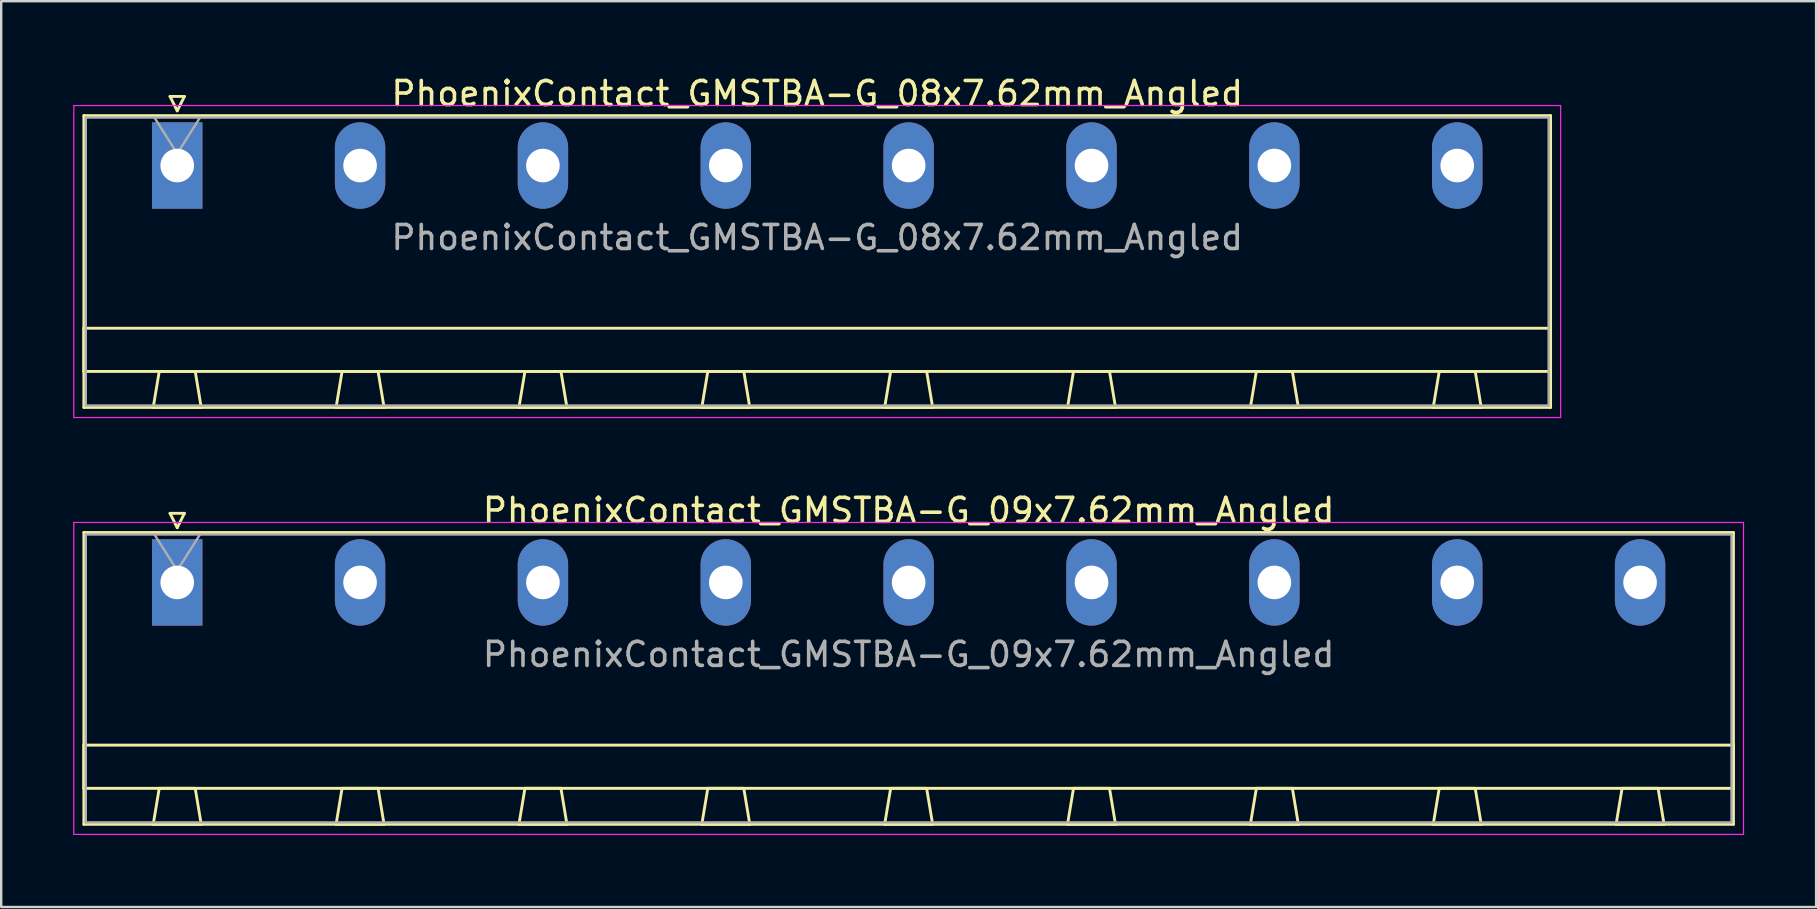
<source format=kicad_pcb>
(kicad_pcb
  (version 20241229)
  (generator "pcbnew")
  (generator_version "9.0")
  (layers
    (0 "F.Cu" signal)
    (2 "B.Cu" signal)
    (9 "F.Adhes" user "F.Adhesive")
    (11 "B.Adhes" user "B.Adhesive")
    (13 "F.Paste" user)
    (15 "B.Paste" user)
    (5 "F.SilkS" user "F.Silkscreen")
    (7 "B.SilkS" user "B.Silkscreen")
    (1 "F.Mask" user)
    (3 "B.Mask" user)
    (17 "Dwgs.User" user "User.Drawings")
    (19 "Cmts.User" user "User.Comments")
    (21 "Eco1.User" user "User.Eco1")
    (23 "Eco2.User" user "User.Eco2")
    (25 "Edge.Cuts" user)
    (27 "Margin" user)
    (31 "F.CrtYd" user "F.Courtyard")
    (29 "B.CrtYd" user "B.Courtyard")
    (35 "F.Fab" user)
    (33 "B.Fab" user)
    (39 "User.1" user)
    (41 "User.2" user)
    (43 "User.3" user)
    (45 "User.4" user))
  (footprint "PhoenixContact_GMSTBA-G_08x7.62mm_Angled"
    (layer "F.Cu")
    (at 4.335 3.848)
    (property "Reference" "PhoenixContact_GMSTBA-G_08x7.62mm_Angled" (at 26.67 -3 0) (layer "F.SilkS") (effects (font (size 1 1) (thickness 0.15))))
    (attr through_hole)
    (fp_line (start -3.89 -2.08) (end -3.89 10.08) (stroke (width 0.12) (type solid)) (layer "F.SilkS"))
    (fp_line (start -3.89 6.78) (end 57.23 6.78) (stroke (width 0.12) (type solid)) (layer "F.SilkS"))
    (fp_line (start -3.89 8.58) (end -3.89 6.78) (stroke (width 0.12) (type solid)) (layer "F.SilkS"))
    (fp_line (start -3.89 10.08) (end 57.23 10.08) (stroke (width 0.12) (type solid)) (layer "F.SilkS"))
    (fp_line (start -1 10.08) (end 1 10.08) (stroke (width 0.12) (type solid)) (layer "F.SilkS"))
    (fp_line (start -0.75 8.58) (end -1 10.08) (stroke (width 0.12) (type solid)) (layer "F.SilkS"))
    (fp_line (start -0.3 -2.88) (end 0.3 -2.88) (stroke (width 0.12) (type solid)) (layer "F.SilkS"))
    (fp_line (start 0 -2.28) (end -0.3 -2.88) (stroke (width 0.12) (type solid)) (layer "F.SilkS"))
    (fp_line (start 0.3 -2.88) (end 0 -2.28) (stroke (width 0.12) (type solid)) (layer "F.SilkS"))
    (fp_line (start 0.75 8.58) (end -0.75 8.58) (stroke (width 0.12) (type solid)) (layer "F.SilkS"))
    (fp_line (start 1 10.08) (end 0.75 8.58) (stroke (width 0.12) (type solid)) (layer "F.SilkS"))
    (fp_line (start 6.62 10.08) (end 8.62 10.08) (stroke (width 0.12) (type solid)) (layer "F.SilkS"))
    (fp_line (start 6.87 8.58) (end 6.62 10.08) (stroke (width 0.12) (type solid)) (layer "F.SilkS"))
    (fp_line (start 8.37 8.58) (end 6.87 8.58) (stroke (width 0.12) (type solid)) (layer "F.SilkS"))
    (fp_line (start 8.62 10.08) (end 8.37 8.58) (stroke (width 0.12) (type solid)) (layer "F.SilkS"))
    (fp_line (start 14.24 10.08) (end 16.24 10.08) (stroke (width 0.12) (type solid)) (layer "F.SilkS"))
    (fp_line (start 14.49 8.58) (end 14.24 10.08) (stroke (width 0.12) (type solid)) (layer "F.SilkS"))
    (fp_line (start 15.99 8.58) (end 14.49 8.58) (stroke (width 0.12) (type solid)) (layer "F.SilkS"))
    (fp_line (start 16.24 10.08) (end 15.99 8.58) (stroke (width 0.12) (type solid)) (layer "F.SilkS"))
    (fp_line (start 21.86 10.08) (end 23.86 10.08) (stroke (width 0.12) (type solid)) (layer "F.SilkS"))
    (fp_line (start 22.11 8.58) (end 21.86 10.08) (stroke (width 0.12) (type solid)) (layer "F.SilkS"))
    (fp_line (start 23.61 8.58) (end 22.11 8.58) (stroke (width 0.12) (type solid)) (layer "F.SilkS"))
    (fp_line (start 23.86 10.08) (end 23.61 8.58) (stroke (width 0.12) (type solid)) (layer "F.SilkS"))
    (fp_line (start 29.48 10.08) (end 31.48 10.08) (stroke (width 0.12) (type solid)) (layer "F.SilkS"))
    (fp_line (start 29.73 8.58) (end 29.48 10.08) (stroke (width 0.12) (type solid)) (layer "F.SilkS"))
    (fp_line (start 31.23 8.58) (end 29.73 8.58) (stroke (width 0.12) (type solid)) (layer "F.SilkS"))
    (fp_line (start 31.48 10.08) (end 31.23 8.58) (stroke (width 0.12) (type solid)) (layer "F.SilkS"))
    (fp_line (start 37.1 10.08) (end 39.1 10.08) (stroke (width 0.12) (type solid)) (layer "F.SilkS"))
    (fp_line (start 37.35 8.58) (end 37.1 10.08) (stroke (width 0.12) (type solid)) (layer "F.SilkS"))
    (fp_line (start 38.85 8.58) (end 37.35 8.58) (stroke (width 0.12) (type solid)) (layer "F.SilkS"))
    (fp_line (start 39.1 10.08) (end 38.85 8.58) (stroke (width 0.12) (type solid)) (layer "F.SilkS"))
    (fp_line (start 44.72 10.08) (end 46.72 10.08) (stroke (width 0.12) (type solid)) (layer "F.SilkS"))
    (fp_line (start 44.97 8.58) (end 44.72 10.08) (stroke (width 0.12) (type solid)) (layer "F.SilkS"))
    (fp_line (start 46.47 8.58) (end 44.97 8.58) (stroke (width 0.12) (type solid)) (layer "F.SilkS"))
    (fp_line (start 46.72 10.08) (end 46.47 8.58) (stroke (width 0.12) (type solid)) (layer "F.SilkS"))
    (fp_line (start 52.34 10.08) (end 54.34 10.08) (stroke (width 0.12) (type solid)) (layer "F.SilkS"))
    (fp_line (start 52.59 8.58) (end 52.34 10.08) (stroke (width 0.12) (type solid)) (layer "F.SilkS"))
    (fp_line (start 54.09 8.58) (end 52.59 8.58) (stroke (width 0.12) (type solid)) (layer "F.SilkS"))
    (fp_line (start 54.34 10.08) (end 54.09 8.58) (stroke (width 0.12) (type solid)) (layer "F.SilkS"))
    (fp_line (start 57.23 -2.08) (end -3.89 -2.08) (stroke (width 0.12) (type solid)) (layer "F.SilkS"))
    (fp_line (start 57.23 6.78) (end 57.23 8.58) (stroke (width 0.12) (type solid)) (layer "F.SilkS"))
    (fp_line (start 57.23 8.58) (end -3.89 8.58) (stroke (width 0.12) (type solid)) (layer "F.SilkS"))
    (fp_line (start 57.23 10.08) (end 57.23 -2.08) (stroke (width 0.12) (type solid)) (layer "F.SilkS"))
    (fp_line (start -4.31 -2.5) (end -4.31 10.5) (stroke (width 0.05) (type solid)) (layer "F.CrtYd"))
    (fp_line (start -4.31 10.5) (end 57.65 10.5) (stroke (width 0.05) (type solid)) (layer "F.CrtYd"))
    (fp_line (start 57.65 -2.5) (end -4.31 -2.5) (stroke (width 0.05) (type solid)) (layer "F.CrtYd"))
    (fp_line (start 57.65 10.5) (end 57.65 -2.5) (stroke (width 0.05) (type solid)) (layer "F.CrtYd"))
    (fp_line (start -3.81 -2) (end -3.81 10) (stroke (width 0.1) (type solid)) (layer "F.Fab"))
    (fp_line (start -3.81 10) (end 57.15 10) (stroke (width 0.1) (type solid)) (layer "F.Fab"))
    (fp_line (start 0 -0.5) (end -0.95 -2) (stroke (width 0.1) (type solid)) (layer "F.Fab"))
    (fp_line (start 0.95 -2) (end 0 -0.5) (stroke (width 0.1) (type solid)) (layer "F.Fab"))
    (fp_line (start 57.15 -2) (end -3.81 -2) (stroke (width 0.1) (type solid)) (layer "F.Fab"))
    (fp_line (start 57.15 10) (end 57.15 -2) (stroke (width 0.1) (type solid)) (layer "F.Fab"))
    (fp_text user "${REFERENCE}" (at 26.67 3 0) (layer "F.Fab") (effects (font (size 1 1) (thickness 0.15))))
    (pad "1" thru_hole rect (at 0 0) (size 2.1 3.6) (drill 1.4) (layers "*.Cu" "*.Mask"))
    (pad "2" thru_hole oval (at 7.62 0) (size 2.1 3.6) (drill 1.4) (layers "*.Cu" "*.Mask"))
    (pad "3" thru_hole oval (at 15.24 0) (size 2.1 3.6) (drill 1.4) (layers "*.Cu" "*.Mask"))
    (pad "4" thru_hole oval (at 22.86 0) (size 2.1 3.6) (drill 1.4) (layers "*.Cu" "*.Mask"))
    (pad "5" thru_hole oval (at 30.48 0) (size 2.1 3.6) (drill 1.4) (layers "*.Cu" "*.Mask"))
    (pad "6" thru_hole oval (at 38.1 0) (size 2.1 3.6) (drill 1.4) (layers "*.Cu" "*.Mask"))
    (pad "7" thru_hole oval (at 45.72 0) (size 2.1 3.6) (drill 1.4) (layers "*.Cu" "*.Mask"))
    (pad "8" thru_hole oval (at 53.34 0) (size 2.1 3.6) (drill 1.4) (layers "*.Cu" "*.Mask")))
  (footprint "PhoenixContact_GMSTBA-G_09x7.62mm_Angled"
    (layer "F.Cu")
    (at 4.335 21.221)
    (property "Reference" "PhoenixContact_GMSTBA-G_09x7.62mm_Angled" (at 30.48 -3 0) (layer "F.SilkS") (effects (font (size 1 1) (thickness 0.15))))
    (attr through_hole)
    (fp_line (start -3.89 -2.08) (end -3.89 10.08) (stroke (width 0.12) (type solid)) (layer "F.SilkS"))
    (fp_line (start -3.89 6.78) (end 64.85 6.78) (stroke (width 0.12) (type solid)) (layer "F.SilkS"))
    (fp_line (start -3.89 8.58) (end -3.89 6.78) (stroke (width 0.12) (type solid)) (layer "F.SilkS"))
    (fp_line (start -3.89 10.08) (end 64.85 10.08) (stroke (width 0.12) (type solid)) (layer "F.SilkS"))
    (fp_line (start -1 10.08) (end 1 10.08) (stroke (width 0.12) (type solid)) (layer "F.SilkS"))
    (fp_line (start -0.75 8.58) (end -1 10.08) (stroke (width 0.12) (type solid)) (layer "F.SilkS"))
    (fp_line (start -0.3 -2.88) (end 0.3 -2.88) (stroke (width 0.12) (type solid)) (layer "F.SilkS"))
    (fp_line (start 0 -2.28) (end -0.3 -2.88) (stroke (width 0.12) (type solid)) (layer "F.SilkS"))
    (fp_line (start 0.3 -2.88) (end 0 -2.28) (stroke (width 0.12) (type solid)) (layer "F.SilkS"))
    (fp_line (start 0.75 8.58) (end -0.75 8.58) (stroke (width 0.12) (type solid)) (layer "F.SilkS"))
    (fp_line (start 1 10.08) (end 0.75 8.58) (stroke (width 0.12) (type solid)) (layer "F.SilkS"))
    (fp_line (start 6.62 10.08) (end 8.62 10.08) (stroke (width 0.12) (type solid)) (layer "F.SilkS"))
    (fp_line (start 6.87 8.58) (end 6.62 10.08) (stroke (width 0.12) (type solid)) (layer "F.SilkS"))
    (fp_line (start 8.37 8.58) (end 6.87 8.58) (stroke (width 0.12) (type solid)) (layer "F.SilkS"))
    (fp_line (start 8.62 10.08) (end 8.37 8.58) (stroke (width 0.12) (type solid)) (layer "F.SilkS"))
    (fp_line (start 14.24 10.08) (end 16.24 10.08) (stroke (width 0.12) (type solid)) (layer "F.SilkS"))
    (fp_line (start 14.49 8.58) (end 14.24 10.08) (stroke (width 0.12) (type solid)) (layer "F.SilkS"))
    (fp_line (start 15.99 8.58) (end 14.49 8.58) (stroke (width 0.12) (type solid)) (layer "F.SilkS"))
    (fp_line (start 16.24 10.08) (end 15.99 8.58) (stroke (width 0.12) (type solid)) (layer "F.SilkS"))
    (fp_line (start 21.86 10.08) (end 23.86 10.08) (stroke (width 0.12) (type solid)) (layer "F.SilkS"))
    (fp_line (start 22.11 8.58) (end 21.86 10.08) (stroke (width 0.12) (type solid)) (layer "F.SilkS"))
    (fp_line (start 23.61 8.58) (end 22.11 8.58) (stroke (width 0.12) (type solid)) (layer "F.SilkS"))
    (fp_line (start 23.86 10.08) (end 23.61 8.58) (stroke (width 0.12) (type solid)) (layer "F.SilkS"))
    (fp_line (start 29.48 10.08) (end 31.48 10.08) (stroke (width 0.12) (type solid)) (layer "F.SilkS"))
    (fp_line (start 29.73 8.58) (end 29.48 10.08) (stroke (width 0.12) (type solid)) (layer "F.SilkS"))
    (fp_line (start 31.23 8.58) (end 29.73 8.58) (stroke (width 0.12) (type solid)) (layer "F.SilkS"))
    (fp_line (start 31.48 10.08) (end 31.23 8.58) (stroke (width 0.12) (type solid)) (layer "F.SilkS"))
    (fp_line (start 37.1 10.08) (end 39.1 10.08) (stroke (width 0.12) (type solid)) (layer "F.SilkS"))
    (fp_line (start 37.35 8.58) (end 37.1 10.08) (stroke (width 0.12) (type solid)) (layer "F.SilkS"))
    (fp_line (start 38.85 8.58) (end 37.35 8.58) (stroke (width 0.12) (type solid)) (layer "F.SilkS"))
    (fp_line (start 39.1 10.08) (end 38.85 8.58) (stroke (width 0.12) (type solid)) (layer "F.SilkS"))
    (fp_line (start 44.72 10.08) (end 46.72 10.08) (stroke (width 0.12) (type solid)) (layer "F.SilkS"))
    (fp_line (start 44.97 8.58) (end 44.72 10.08) (stroke (width 0.12) (type solid)) (layer "F.SilkS"))
    (fp_line (start 46.47 8.58) (end 44.97 8.58) (stroke (width 0.12) (type solid)) (layer "F.SilkS"))
    (fp_line (start 46.72 10.08) (end 46.47 8.58) (stroke (width 0.12) (type solid)) (layer "F.SilkS"))
    (fp_line (start 52.34 10.08) (end 54.34 10.08) (stroke (width 0.12) (type solid)) (layer "F.SilkS"))
    (fp_line (start 52.59 8.58) (end 52.34 10.08) (stroke (width 0.12) (type solid)) (layer "F.SilkS"))
    (fp_line (start 54.09 8.58) (end 52.59 8.58) (stroke (width 0.12) (type solid)) (layer "F.SilkS"))
    (fp_line (start 54.34 10.08) (end 54.09 8.58) (stroke (width 0.12) (type solid)) (layer "F.SilkS"))
    (fp_line (start 59.96 10.08) (end 61.96 10.08) (stroke (width 0.12) (type solid)) (layer "F.SilkS"))
    (fp_line (start 60.21 8.58) (end 59.96 10.08) (stroke (width 0.12) (type solid)) (layer "F.SilkS"))
    (fp_line (start 61.71 8.58) (end 60.21 8.58) (stroke (width 0.12) (type solid)) (layer "F.SilkS"))
    (fp_line (start 61.96 10.08) (end 61.71 8.58) (stroke (width 0.12) (type solid)) (layer "F.SilkS"))
    (fp_line (start 64.85 -2.08) (end -3.89 -2.08) (stroke (width 0.12) (type solid)) (layer "F.SilkS"))
    (fp_line (start 64.85 6.78) (end 64.85 8.58) (stroke (width 0.12) (type solid)) (layer "F.SilkS"))
    (fp_line (start 64.85 8.58) (end -3.89 8.58) (stroke (width 0.12) (type solid)) (layer "F.SilkS"))
    (fp_line (start 64.85 10.08) (end 64.85 -2.08) (stroke (width 0.12) (type solid)) (layer "F.SilkS"))
    (fp_line (start -4.31 -2.5) (end -4.31 10.5) (stroke (width 0.05) (type solid)) (layer "F.CrtYd"))
    (fp_line (start -4.31 10.5) (end 65.27 10.5) (stroke (width 0.05) (type solid)) (layer "F.CrtYd"))
    (fp_line (start 65.27 -2.5) (end -4.31 -2.5) (stroke (width 0.05) (type solid)) (layer "F.CrtYd"))
    (fp_line (start 65.27 10.5) (end 65.27 -2.5) (stroke (width 0.05) (type solid)) (layer "F.CrtYd"))
    (fp_line (start -3.81 -2) (end -3.81 10) (stroke (width 0.1) (type solid)) (layer "F.Fab"))
    (fp_line (start -3.81 10) (end 64.77 10) (stroke (width 0.1) (type solid)) (layer "F.Fab"))
    (fp_line (start 0 -0.5) (end -0.95 -2) (stroke (width 0.1) (type solid)) (layer "F.Fab"))
    (fp_line (start 0.95 -2) (end 0 -0.5) (stroke (width 0.1) (type solid)) (layer "F.Fab"))
    (fp_line (start 64.77 -2) (end -3.81 -2) (stroke (width 0.1) (type solid)) (layer "F.Fab"))
    (fp_line (start 64.77 10) (end 64.77 -2) (stroke (width 0.1) (type solid)) (layer "F.Fab"))
    (fp_text user "${REFERENCE}" (at 30.48 3 0) (layer "F.Fab") (effects (font (size 1 1) (thickness 0.15))))
    (pad "1" thru_hole rect (at 0 0) (size 2.1 3.6) (drill 1.4) (layers "*.Cu" "*.Mask"))
    (pad "2" thru_hole oval (at 7.62 0) (size 2.1 3.6) (drill 1.4) (layers "*.Cu" "*.Mask"))
    (pad "3" thru_hole oval (at 15.24 0) (size 2.1 3.6) (drill 1.4) (layers "*.Cu" "*.Mask"))
    (pad "4" thru_hole oval (at 22.86 0) (size 2.1 3.6) (drill 1.4) (layers "*.Cu" "*.Mask"))
    (pad "5" thru_hole oval (at 30.48 0) (size 2.1 3.6) (drill 1.4) (layers "*.Cu" "*.Mask"))
    (pad "6" thru_hole oval (at 38.1 0) (size 2.1 3.6) (drill 1.4) (layers "*.Cu" "*.Mask"))
    (pad "7" thru_hole oval (at 45.72 0) (size 2.1 3.6) (drill 1.4) (layers "*.Cu" "*.Mask"))
    (pad "8" thru_hole oval (at 53.34 0) (size 2.1 3.6) (drill 1.4) (layers "*.Cu" "*.Mask"))
    (pad "9" thru_hole oval (at 60.96 0) (size 2.1 3.6) (drill 1.4) (layers "*.Cu" "*.Mask")))
  (gr_rect
    (start -3 -3)
    (end 72.63 34.746)
    (stroke (width 0.1) (type default))
    (fill no)
    (layer "Edge.Cuts")))
</source>
